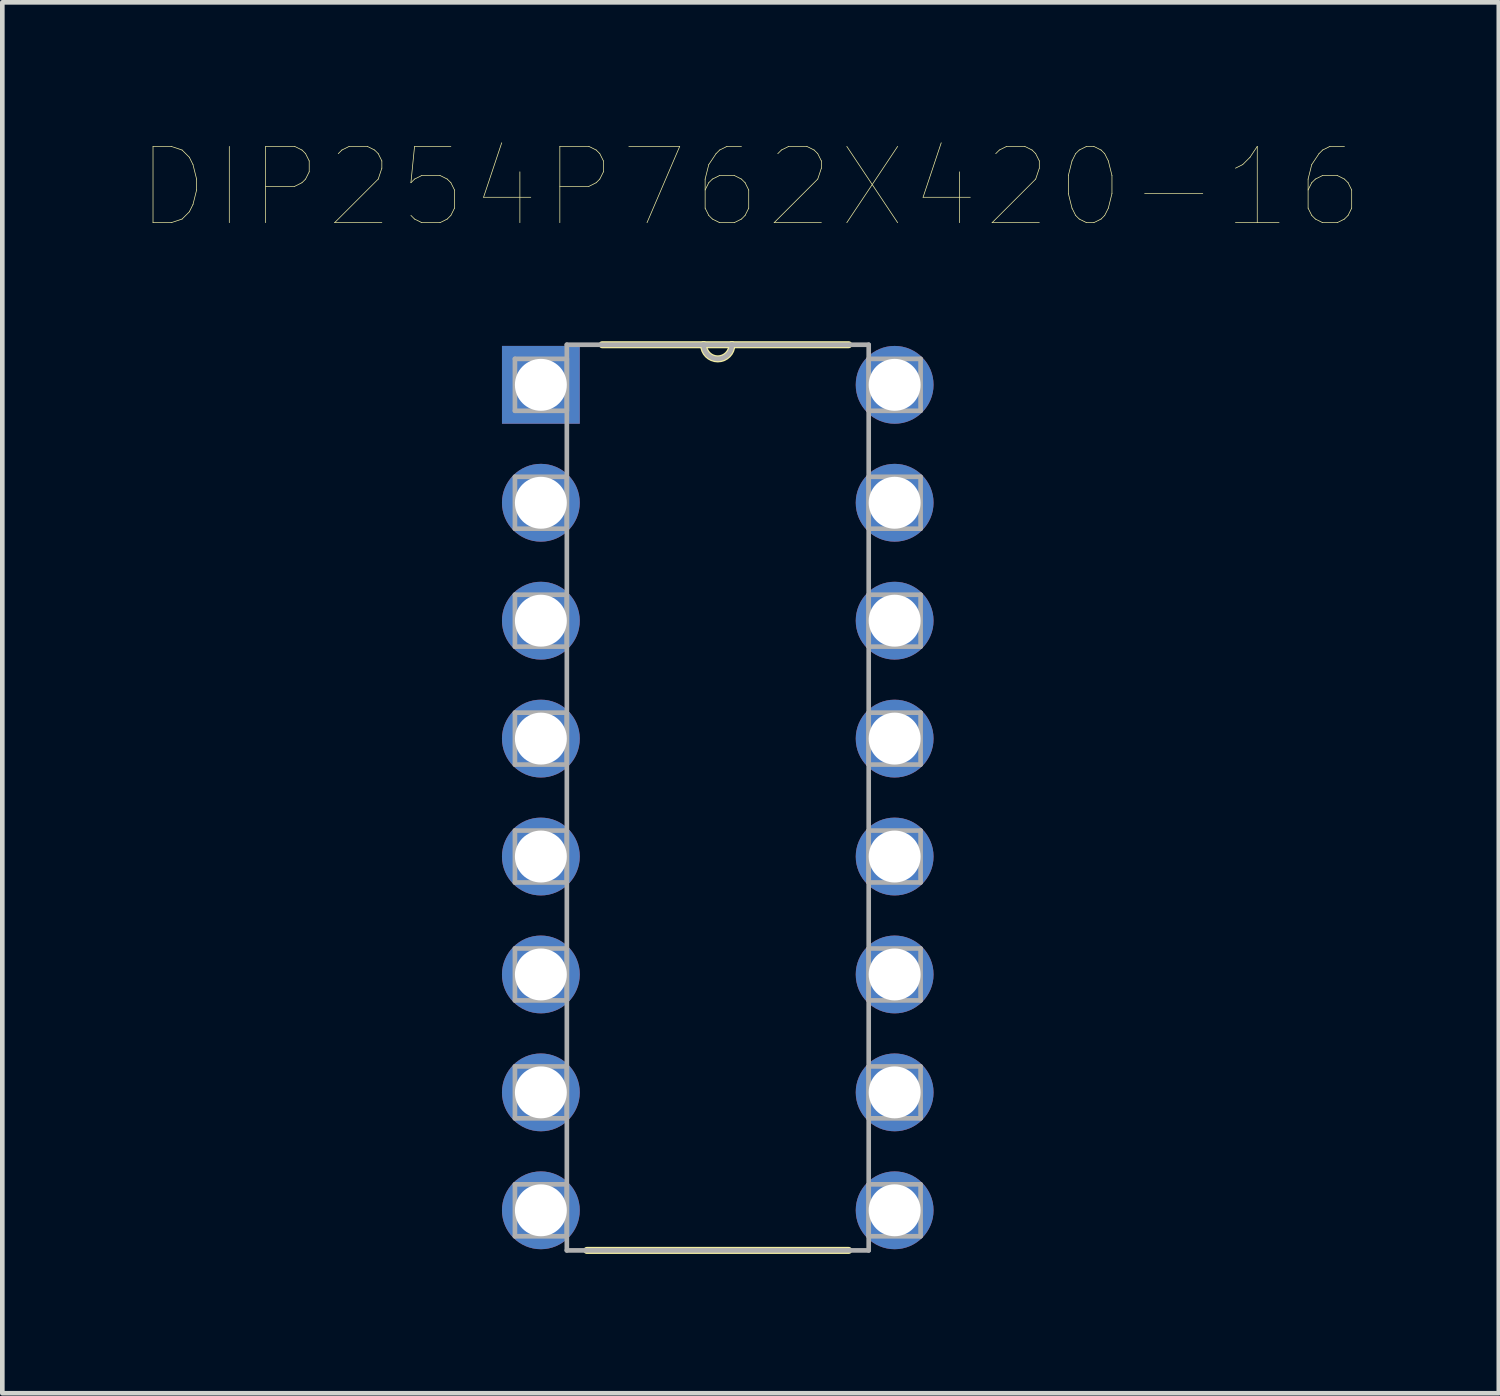
<source format=kicad_pcb>
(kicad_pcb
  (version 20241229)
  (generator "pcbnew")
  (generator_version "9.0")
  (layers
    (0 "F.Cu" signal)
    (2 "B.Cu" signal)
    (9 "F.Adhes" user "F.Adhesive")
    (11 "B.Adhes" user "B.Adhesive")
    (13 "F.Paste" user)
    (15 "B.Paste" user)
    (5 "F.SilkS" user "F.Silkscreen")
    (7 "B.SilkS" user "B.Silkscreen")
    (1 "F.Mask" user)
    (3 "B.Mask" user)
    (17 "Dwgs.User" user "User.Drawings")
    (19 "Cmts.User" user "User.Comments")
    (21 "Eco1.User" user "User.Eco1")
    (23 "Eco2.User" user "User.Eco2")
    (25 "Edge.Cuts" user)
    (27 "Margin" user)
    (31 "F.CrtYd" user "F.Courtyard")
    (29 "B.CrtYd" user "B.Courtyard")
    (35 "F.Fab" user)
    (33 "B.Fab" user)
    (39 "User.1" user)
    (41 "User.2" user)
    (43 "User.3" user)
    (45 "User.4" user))
  (footprint "DIP254P762X420-16"
    (layer "F.Cu")
    (at 16.22 23.019)
    (property "Reference" "DIP254P762X420-16" (at -3.104 -22.032 0) (layer "F.SilkS") (effects (font (size 1.643 1.643) (thickness 0.015))))
    (attr through_hole)
    (fp_line (start -6.629 0.864) (end -0.991 0.864) (stroke (width 0.152) (type solid)) (layer "F.SilkS"))
    (fp_line (start -4.115 -18.644) (end -6.299 -18.644) (stroke (width 0.152) (type solid)) (layer "F.SilkS"))
    (fp_line (start -3.505 -18.644) (end -4.115 -18.644) (stroke (width 0.152) (type solid)) (layer "F.SilkS"))
    (fp_line (start -0.991 -18.644) (end -3.505 -18.644) (stroke (width 0.152) (type solid)) (layer "F.SilkS"))
    (fp_arc (start -3.5052 -18.6436) (mid -3.81 -18.3388) (end -4.1148 -18.6436) (stroke (width 0.1524) (type solid)) (layer "F.SilkS"))
    (fp_line (start -8.179 -18.339) (end -8.179 -17.221) (stroke (width 0.1) (type solid)) (layer "F.Fab"))
    (fp_line (start -8.179 -17.221) (end -7.061 -17.221) (stroke (width 0.1) (type solid)) (layer "F.Fab"))
    (fp_line (start -8.179 -15.799) (end -8.179 -14.681) (stroke (width 0.1) (type solid)) (layer "F.Fab"))
    (fp_line (start -8.179 -14.681) (end -7.061 -14.681) (stroke (width 0.1) (type solid)) (layer "F.Fab"))
    (fp_line (start -8.179 -13.259) (end -8.179 -12.141) (stroke (width 0.1) (type solid)) (layer "F.Fab"))
    (fp_line (start -8.179 -12.141) (end -7.061 -12.141) (stroke (width 0.1) (type solid)) (layer "F.Fab"))
    (fp_line (start -8.179 -10.719) (end -8.179 -9.601) (stroke (width 0.1) (type solid)) (layer "F.Fab"))
    (fp_line (start -8.179 -9.601) (end -7.061 -9.601) (stroke (width 0.1) (type solid)) (layer "F.Fab"))
    (fp_line (start -8.179 -8.179) (end -8.179 -7.061) (stroke (width 0.1) (type solid)) (layer "F.Fab"))
    (fp_line (start -8.179 -7.061) (end -7.061 -7.061) (stroke (width 0.1) (type solid)) (layer "F.Fab"))
    (fp_line (start -8.179 -5.639) (end -8.179 -4.521) (stroke (width 0.1) (type solid)) (layer "F.Fab"))
    (fp_line (start -8.179 -4.521) (end -7.061 -4.521) (stroke (width 0.1) (type solid)) (layer "F.Fab"))
    (fp_line (start -8.179 -3.099) (end -8.179 -1.981) (stroke (width 0.1) (type solid)) (layer "F.Fab"))
    (fp_line (start -8.179 -1.981) (end -7.061 -1.981) (stroke (width 0.1) (type solid)) (layer "F.Fab"))
    (fp_line (start -8.179 -0.559) (end -8.179 0.559) (stroke (width 0.1) (type solid)) (layer "F.Fab"))
    (fp_line (start -8.179 0.559) (end -7.061 0.559) (stroke (width 0.1) (type solid)) (layer "F.Fab"))
    (fp_line (start -7.061 -18.644) (end -7.061 0.864) (stroke (width 0.1) (type solid)) (layer "F.Fab"))
    (fp_line (start -7.061 -18.339) (end -8.179 -18.339) (stroke (width 0.1) (type solid)) (layer "F.Fab"))
    (fp_line (start -7.061 -17.221) (end -7.061 -18.339) (stroke (width 0.1) (type solid)) (layer "F.Fab"))
    (fp_line (start -7.061 -15.799) (end -8.179 -15.799) (stroke (width 0.1) (type solid)) (layer "F.Fab"))
    (fp_line (start -7.061 -14.681) (end -7.061 -15.799) (stroke (width 0.1) (type solid)) (layer "F.Fab"))
    (fp_line (start -7.061 -13.259) (end -8.179 -13.259) (stroke (width 0.1) (type solid)) (layer "F.Fab"))
    (fp_line (start -7.061 -12.141) (end -7.061 -13.259) (stroke (width 0.1) (type solid)) (layer "F.Fab"))
    (fp_line (start -7.061 -10.719) (end -8.179 -10.719) (stroke (width 0.1) (type solid)) (layer "F.Fab"))
    (fp_line (start -7.061 -9.601) (end -7.061 -10.719) (stroke (width 0.1) (type solid)) (layer "F.Fab"))
    (fp_line (start -7.061 -8.179) (end -8.179 -8.179) (stroke (width 0.1) (type solid)) (layer "F.Fab"))
    (fp_line (start -7.061 -7.061) (end -7.061 -8.179) (stroke (width 0.1) (type solid)) (layer "F.Fab"))
    (fp_line (start -7.061 -5.639) (end -8.179 -5.639) (stroke (width 0.1) (type solid)) (layer "F.Fab"))
    (fp_line (start -7.061 -4.521) (end -7.061 -5.639) (stroke (width 0.1) (type solid)) (layer "F.Fab"))
    (fp_line (start -7.061 -3.099) (end -8.179 -3.099) (stroke (width 0.1) (type solid)) (layer "F.Fab"))
    (fp_line (start -7.061 -1.981) (end -7.061 -3.099) (stroke (width 0.1) (type solid)) (layer "F.Fab"))
    (fp_line (start -7.061 -0.559) (end -8.179 -0.559) (stroke (width 0.1) (type solid)) (layer "F.Fab"))
    (fp_line (start -7.061 0.559) (end -7.061 -0.559) (stroke (width 0.1) (type solid)) (layer "F.Fab"))
    (fp_line (start -7.061 0.864) (end -0.559 0.864) (stroke (width 0.1) (type solid)) (layer "F.Fab"))
    (fp_line (start -4.115 -18.644) (end -7.061 -18.644) (stroke (width 0.1) (type solid)) (layer "F.Fab"))
    (fp_line (start -3.505 -18.644) (end -4.115 -18.644) (stroke (width 0.1) (type solid)) (layer "F.Fab"))
    (fp_line (start -0.559 -18.644) (end -3.505 -18.644) (stroke (width 0.1) (type solid)) (layer "F.Fab"))
    (fp_line (start -0.559 -18.339) (end -0.559 -17.221) (stroke (width 0.1) (type solid)) (layer "F.Fab"))
    (fp_line (start -0.559 -17.221) (end 0.559 -17.221) (stroke (width 0.1) (type solid)) (layer "F.Fab"))
    (fp_line (start -0.559 -15.799) (end -0.559 -14.681) (stroke (width 0.1) (type solid)) (layer "F.Fab"))
    (fp_line (start -0.559 -14.681) (end 0.559 -14.681) (stroke (width 0.1) (type solid)) (layer "F.Fab"))
    (fp_line (start -0.559 -13.259) (end -0.559 -12.141) (stroke (width 0.1) (type solid)) (layer "F.Fab"))
    (fp_line (start -0.559 -12.141) (end 0.559 -12.141) (stroke (width 0.1) (type solid)) (layer "F.Fab"))
    (fp_line (start -0.559 -10.719) (end -0.559 -9.601) (stroke (width 0.1) (type solid)) (layer "F.Fab"))
    (fp_line (start -0.559 -9.601) (end 0.559 -9.601) (stroke (width 0.1) (type solid)) (layer "F.Fab"))
    (fp_line (start -0.559 -8.179) (end -0.559 -7.061) (stroke (width 0.1) (type solid)) (layer "F.Fab"))
    (fp_line (start -0.559 -7.061) (end 0.559 -7.061) (stroke (width 0.1) (type solid)) (layer "F.Fab"))
    (fp_line (start -0.559 -5.639) (end -0.559 -4.521) (stroke (width 0.1) (type solid)) (layer "F.Fab"))
    (fp_line (start -0.559 -4.521) (end 0.559 -4.521) (stroke (width 0.1) (type solid)) (layer "F.Fab"))
    (fp_line (start -0.559 -3.099) (end -0.559 -1.981) (stroke (width 0.1) (type solid)) (layer "F.Fab"))
    (fp_line (start -0.559 -1.981) (end 0.559 -1.981) (stroke (width 0.1) (type solid)) (layer "F.Fab"))
    (fp_line (start -0.559 -0.559) (end -0.559 0.559) (stroke (width 0.1) (type solid)) (layer "F.Fab"))
    (fp_line (start -0.559 0.559) (end 0.559 0.559) (stroke (width 0.1) (type solid)) (layer "F.Fab"))
    (fp_line (start -0.559 0.864) (end -0.559 -18.644) (stroke (width 0.1) (type solid)) (layer "F.Fab"))
    (fp_line (start 0.559 -18.339) (end -0.559 -18.339) (stroke (width 0.1) (type solid)) (layer "F.Fab"))
    (fp_line (start 0.559 -17.221) (end 0.559 -18.339) (stroke (width 0.1) (type solid)) (layer "F.Fab"))
    (fp_line (start 0.559 -15.799) (end -0.559 -15.799) (stroke (width 0.1) (type solid)) (layer "F.Fab"))
    (fp_line (start 0.559 -14.681) (end 0.559 -15.799) (stroke (width 0.1) (type solid)) (layer "F.Fab"))
    (fp_line (start 0.559 -13.259) (end -0.559 -13.259) (stroke (width 0.1) (type solid)) (layer "F.Fab"))
    (fp_line (start 0.559 -12.141) (end 0.559 -13.259) (stroke (width 0.1) (type solid)) (layer "F.Fab"))
    (fp_line (start 0.559 -10.719) (end -0.559 -10.719) (stroke (width 0.1) (type solid)) (layer "F.Fab"))
    (fp_line (start 0.559 -9.601) (end 0.559 -10.719) (stroke (width 0.1) (type solid)) (layer "F.Fab"))
    (fp_line (start 0.559 -8.179) (end -0.559 -8.179) (stroke (width 0.1) (type solid)) (layer "F.Fab"))
    (fp_line (start 0.559 -7.061) (end 0.559 -8.179) (stroke (width 0.1) (type solid)) (layer "F.Fab"))
    (fp_line (start 0.559 -5.639) (end -0.559 -5.639) (stroke (width 0.1) (type solid)) (layer "F.Fab"))
    (fp_line (start 0.559 -4.521) (end 0.559 -5.639) (stroke (width 0.1) (type solid)) (layer "F.Fab"))
    (fp_line (start 0.559 -3.099) (end -0.559 -3.099) (stroke (width 0.1) (type solid)) (layer "F.Fab"))
    (fp_line (start 0.559 -1.981) (end 0.559 -3.099) (stroke (width 0.1) (type solid)) (layer "F.Fab"))
    (fp_line (start 0.559 -0.559) (end -0.559 -0.559) (stroke (width 0.1) (type solid)) (layer "F.Fab"))
    (fp_line (start 0.559 0.559) (end 0.559 -0.559) (stroke (width 0.1) (type solid)) (layer "F.Fab"))
    (fp_arc (start -3.5052 -18.6436) (mid -3.81 -18.3388) (end -4.1148 -18.6436) (stroke (width 0.1) (type solid)) (layer "F.Fab"))
    (pad "1" thru_hole rect (at -7.62 -17.78) (size 1.676 1.676) (drill 1.118) (layers "*.Cu" "*.Mask"))
    (pad "2" thru_hole circle (at -7.62 -15.24) (size 1.676 1.676) (drill 1.118) (layers "*.Cu" "*.Mask"))
    (pad "3" thru_hole circle (at -7.62 -12.7) (size 1.676 1.676) (drill 1.118) (layers "*.Cu" "*.Mask"))
    (pad "4" thru_hole circle (at -7.62 -10.16) (size 1.676 1.676) (drill 1.118) (layers "*.Cu" "*.Mask"))
    (pad "5" thru_hole circle (at -7.62 -7.62) (size 1.676 1.676) (drill 1.118) (layers "*.Cu" "*.Mask"))
    (pad "6" thru_hole circle (at -7.62 -5.08) (size 1.676 1.676) (drill 1.118) (layers "*.Cu" "*.Mask"))
    (pad "7" thru_hole circle (at -7.62 -2.54) (size 1.676 1.676) (drill 1.118) (layers "*.Cu" "*.Mask"))
    (pad "8" thru_hole circle (at -7.62 0) (size 1.676 1.676) (drill 1.118) (layers "*.Cu" "*.Mask"))
    (pad "9" thru_hole circle (at 0 0) (size 1.676 1.676) (drill 1.118) (layers "*.Cu" "*.Mask"))
    (pad "10" thru_hole circle (at 0 -2.54) (size 1.676 1.676) (drill 1.118) (layers "*.Cu" "*.Mask"))
    (pad "11" thru_hole circle (at 0 -5.08) (size 1.676 1.676) (drill 1.118) (layers "*.Cu" "*.Mask"))
    (pad "12" thru_hole circle (at 0 -7.62) (size 1.676 1.676) (drill 1.118) (layers "*.Cu" "*.Mask"))
    (pad "13" thru_hole circle (at 0 -10.16) (size 1.676 1.676) (drill 1.118) (layers "*.Cu" "*.Mask"))
    (pad "14" thru_hole circle (at 0 -12.7) (size 1.676 1.676) (drill 1.118) (layers "*.Cu" "*.Mask"))
    (pad "15" thru_hole circle (at 0 -15.24) (size 1.676 1.676) (drill 1.118) (layers "*.Cu" "*.Mask"))
    (pad "16" thru_hole circle (at 0 -17.78) (size 1.676 1.676) (drill 1.118) (layers "*.Cu" "*.Mask")))
  (gr_rect
    (start -3 -3)
    (end 29.233 26.959)
    (stroke (width 0.1) (type default))
    (fill no)
    (layer "Edge.Cuts")))
</source>
